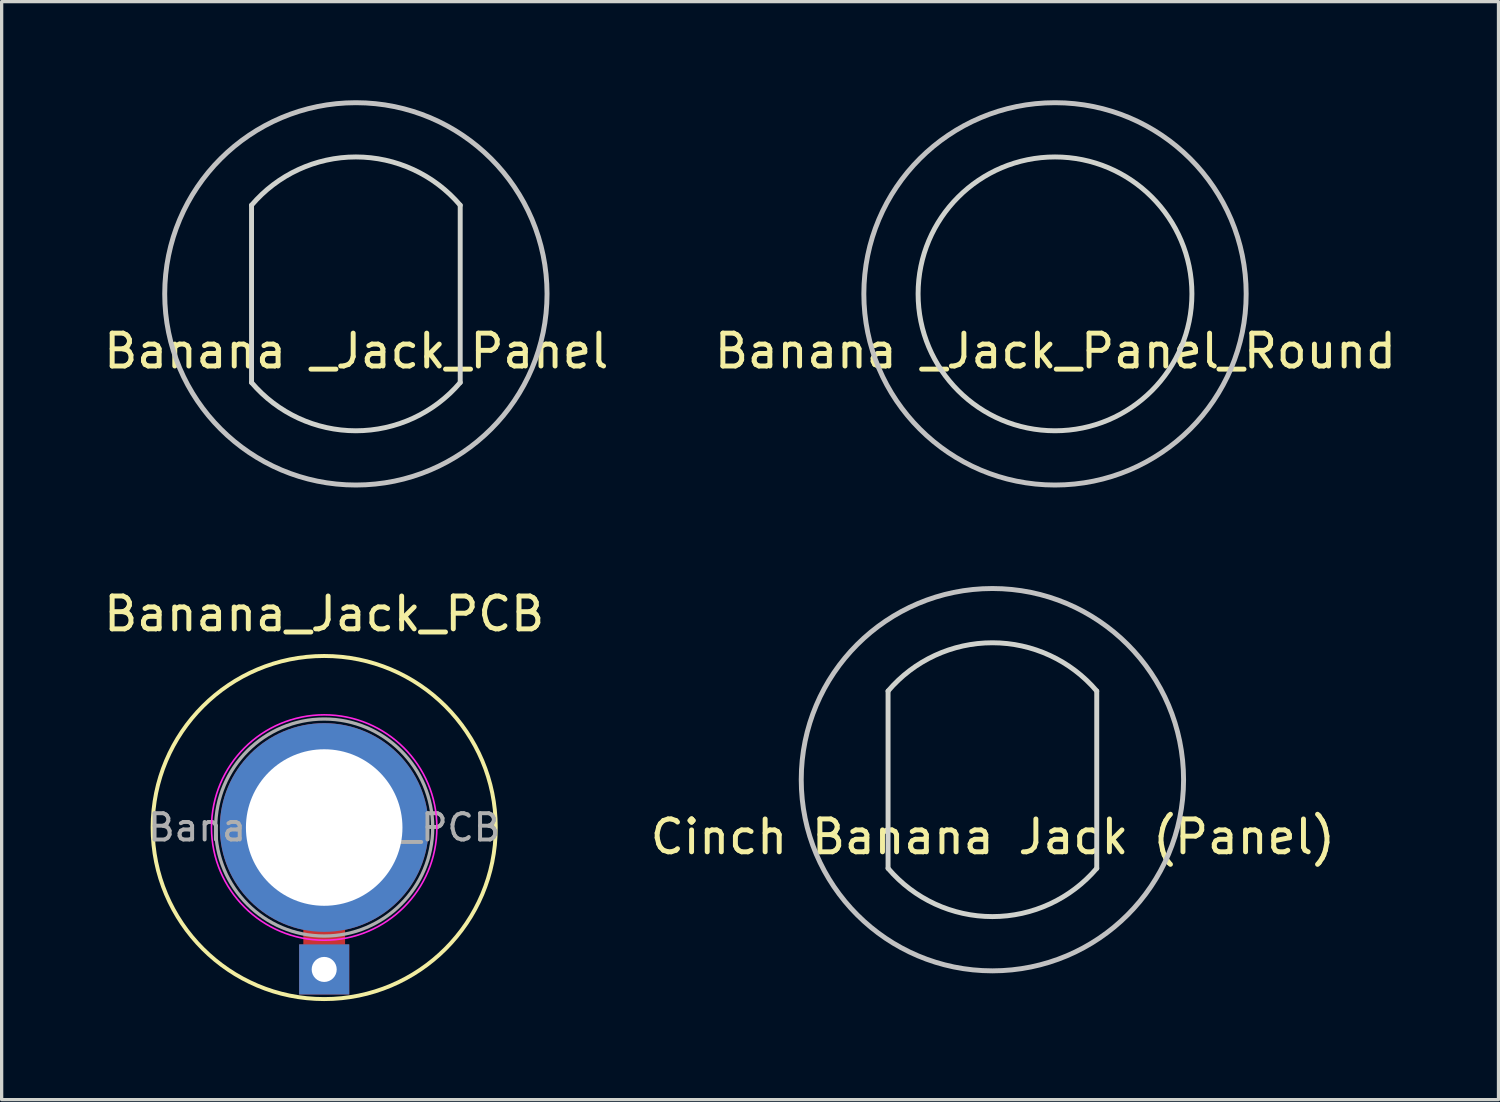
<source format=kicad_pcb>
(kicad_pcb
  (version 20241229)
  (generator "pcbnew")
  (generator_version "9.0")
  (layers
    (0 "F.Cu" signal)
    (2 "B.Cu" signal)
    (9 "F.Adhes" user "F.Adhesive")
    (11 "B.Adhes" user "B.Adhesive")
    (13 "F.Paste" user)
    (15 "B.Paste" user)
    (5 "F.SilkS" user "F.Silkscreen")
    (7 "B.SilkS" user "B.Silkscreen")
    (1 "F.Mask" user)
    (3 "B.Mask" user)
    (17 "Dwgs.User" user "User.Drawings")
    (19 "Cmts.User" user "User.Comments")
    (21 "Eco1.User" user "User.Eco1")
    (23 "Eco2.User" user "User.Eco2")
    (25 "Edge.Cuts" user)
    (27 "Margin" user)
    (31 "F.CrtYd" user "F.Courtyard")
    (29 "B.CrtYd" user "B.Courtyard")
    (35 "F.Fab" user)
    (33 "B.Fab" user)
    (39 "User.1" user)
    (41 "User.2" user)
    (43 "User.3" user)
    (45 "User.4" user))
  (footprint "Banana _Jack_Panel"
    (layer "F.Cu")
    (at 7.779 5.892)
    (property "Reference" "Banana _Jack_Panel" (at 0.013 1.74 0) (layer "F.SilkS") (effects (font (size 1 1) (thickness 0.15))))
    (attr through_hole)
    (fp_circle (center 0 0) (end 5.817 0) (stroke (width 0.15) (type solid)) (fill no) (layer "Dwgs.User"))
    (fp_line (start -3.175 -2.697) (end -3.175 2.697) (stroke (width 0.15) (type solid)) (layer "Edge.Cuts"))
    (fp_line (start 3.175 -2.697) (end 3.175 2.697) (stroke (width 0.15) (type solid)) (layer "Edge.Cuts"))
    (fp_arc (start -3.175115 -2.697343) (mid -0.000089 -4.166175) (end 3.174999 -2.697479) (stroke (width 0.15) (type solid)) (layer "Edge.Cuts"))
    (fp_arc (start 3.175115 2.697343) (mid 0.000089 4.166175) (end -3.174999 2.697479) (stroke (width 0.15) (type solid)) (layer "Edge.Cuts")))
  (footprint "Banana _Jack_Panel_Round"
    (layer "F.Cu")
    (at 29.053 5.892)
    (property "Reference" "Banana _Jack_Panel_Round" (at 0.013 1.74 0) (layer "F.SilkS") (effects (font (size 1 1) (thickness 0.15))))
    (attr through_hole)
    (fp_circle (center 0 0) (end 5.817 0) (stroke (width 0.15) (type solid)) (fill no) (layer "Dwgs.User"))
    (fp_circle (center 0 0) (end 4.166 0) (stroke (width 0.15) (type solid)) (fill no) (layer "Edge.Cuts")))
  (footprint "Cinch Banana Jack (Panel)"
    (layer "F.Cu")
    (at 27.148 20.675)
    (property "Reference" "Cinch Banana Jack (Panel)" (at 0.013 1.74 0) (layer "F.SilkS") (effects (font (size 1 1) (thickness 0.15))))
    (attr through_hole)
    (fp_circle (center 0 0) (end 5.817 0) (stroke (width 0.15) (type solid)) (fill no) (layer "Dwgs.User"))
    (fp_line (start -3.175 -2.697) (end -3.175 2.697) (stroke (width 0.15) (type solid)) (layer "Edge.Cuts"))
    (fp_line (start 3.175 -2.697) (end 3.175 2.697) (stroke (width 0.15) (type solid)) (layer "Edge.Cuts"))
    (fp_arc (start -3.175115 -2.697343) (mid -0.000089 -4.166175) (end 3.174999 -2.697479) (stroke (width 0.15) (type solid)) (layer "Edge.Cuts"))
    (fp_arc (start 3.175115 2.697343) (mid 0.000089 4.166175) (end -3.174999 2.697479) (stroke (width 0.15) (type solid)) (layer "Edge.Cuts")))
  (footprint "Banana_Jack_PCB"
    (layer "F.Cu")
    (at 6.815 22.131)
    (property "Reference" "Banana_Jack_PCB" (at 0 -6.5 0) (layer "F.SilkS") (effects (font (size 1 1) (thickness 0.15))))
    (attr through_hole)
    (fp_circle (center 0 0) (end 5.22 0) (stroke (width 0.12) (type solid)) (fill no) (layer "F.SilkS"))
    (fp_circle (center 0 0) (end 3.429 0) (stroke (width 0.05) (type solid)) (fill no) (layer "F.CrtYd"))
    (fp_circle (center 0 0) (end 2 0) (stroke (width 0.1) (type solid)) (fill no) (layer "F.Fab"))
    (fp_circle (center 0 0) (end 3.302 0) (stroke (width 0.1) (type solid)) (fill no) (layer "F.Fab"))
    (fp_text user "${REFERENCE}" (at 0 0 0) (layer "F.Fab") (effects (font (size 0.8 0.8) (thickness 0.12))))
    (pad "1" thru_hole trapezoid (at 0 4.318) (size 1.524 1.524) (drill 0.762) (layers "*.Cu" "*.Mask"))
    (pad "2" thru_hole circle (at 0 0) (size 6.35 6.35) (drill 4.763) (layers "*.Cu" "*.Mask"))
    (pad "3" smd rect (at 0 3.365) (size 1.27 0.635) (layers "F.Cu" "F.Paste")))
  (gr_rect
    (start -3 -3)
    (end 42.548 30.411)
    (stroke (width 0.1) (type default))
    (fill no)
    (layer "Edge.Cuts")))
</source>
